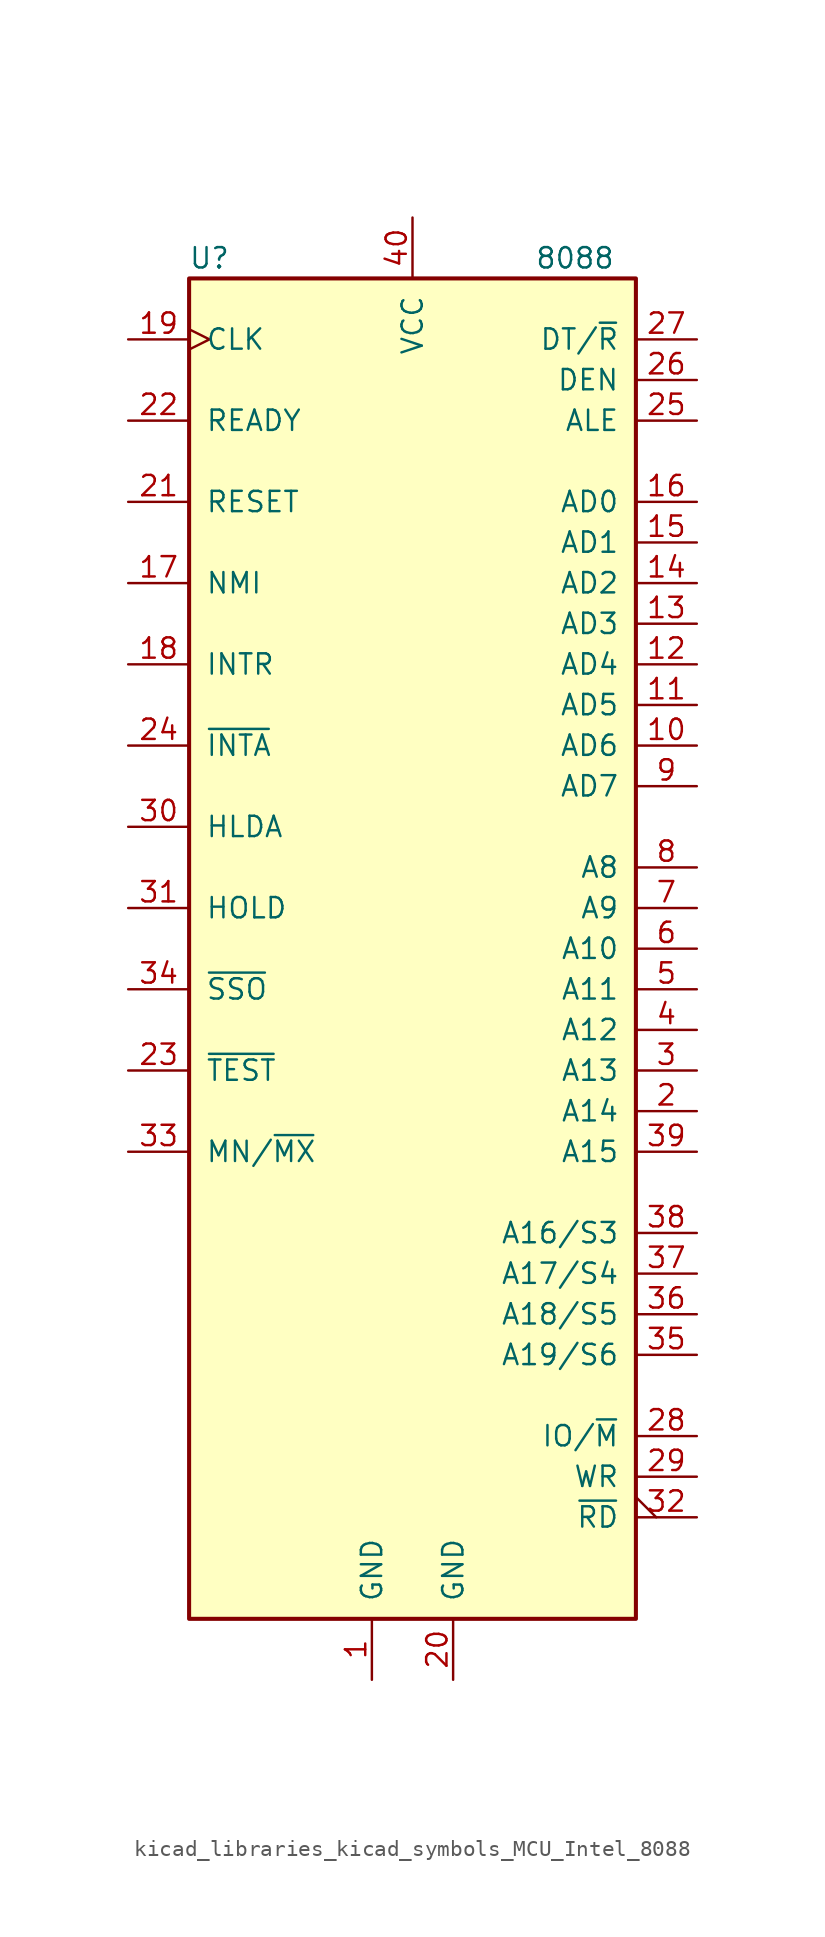
<source format=kicad_sym>
(kicad_symbol_lib
  (version 20220914)
  (generator kicad_symbol_editor)
  (symbol "kicad_libraries_kicad_symbols_MCU_Intel_8088"
    (pin_names
      (offset 1.016))
    (property "Reference" "U"
      (at -12.7 43.18 0)
      (effects (font (size 1.27 1.27))))
    (property "Value" "8088"
      (at 10.16 43.18 0)
      (effects (font (size 1.27 1.27))))
    (symbol "kicad_libraries_kicad_symbols_MCU_Intel_8088_0_1"
      (rectangle (start 13.97 -41.91) (end -13.97 41.91) (stroke (width 0.254) (type default)) (fill (type background))))
    (symbol "kicad_libraries_kicad_symbols_MCU_Intel_8088_1_1"
      (pin power_in line (at -2.54 -45.72 90) (length 3.81) (name "GND" (effects (font (size 1.27 1.27)))) (number "1" (effects (font (size 1.27 1.27)))))
      (pin bidirectional line (at 17.78 12.7 180) (length 3.81) (name "AD6" (effects (font (size 1.27 1.27)))) (number "10" (effects (font (size 1.27 1.27)))))
      (pin bidirectional line (at 17.78 15.24 180) (length 3.81) (name "AD5" (effects (font (size 1.27 1.27)))) (number "11" (effects (font (size 1.27 1.27)))))
      (pin bidirectional line (at 17.78 17.78 180) (length 3.81) (name "AD4" (effects (font (size 1.27 1.27)))) (number "12" (effects (font (size 1.27 1.27)))))
      (pin bidirectional line (at 17.78 20.32 180) (length 3.81) (name "AD3" (effects (font (size 1.27 1.27)))) (number "13" (effects (font (size 1.27 1.27)))))
      (pin bidirectional line (at 17.78 22.86 180) (length 3.81) (name "AD2" (effects (font (size 1.27 1.27)))) (number "14" (effects (font (size 1.27 1.27)))))
      (pin bidirectional line (at 17.78 25.4 180) (length 3.81) (name "AD1" (effects (font (size 1.27 1.27)))) (number "15" (effects (font (size 1.27 1.27)))))
      (pin bidirectional line (at 17.78 27.94 180) (length 3.81) (name "AD0" (effects (font (size 1.27 1.27)))) (number "16" (effects (font (size 1.27 1.27)))))
      (pin input line (at -17.78 22.86 0) (length 3.81) (name "NMI" (effects (font (size 1.27 1.27)))) (number "17" (effects (font (size 1.27 1.27)))))
      (pin input line (at -17.78 17.78 0) (length 3.81) (name "INTR" (effects (font (size 1.27 1.27)))) (number "18" (effects (font (size 1.27 1.27)))))
      (pin input clock (at -17.78 38.1 0) (length 3.81) (name "CLK" (effects (font (size 1.27 1.27)))) (number "19" (effects (font (size 1.27 1.27)))))
      (pin output line (at 17.78 -10.16 180) (length 3.81) (name "A14" (effects (font (size 1.27 1.27)))) (number "2" (effects (font (size 1.27 1.27)))))
      (pin power_in line (at 2.54 -45.72 90) (length 3.81) (name "GND" (effects (font (size 1.27 1.27)))) (number "20" (effects (font (size 1.27 1.27)))))
      (pin input line (at -17.78 27.94 0) (length 3.81) (name "RESET" (effects (font (size 1.27 1.27)))) (number "21" (effects (font (size 1.27 1.27)))))
      (pin input line (at -17.78 33.02 0) (length 3.81) (name "READY" (effects (font (size 1.27 1.27)))) (number "22" (effects (font (size 1.27 1.27)))))
      (pin input line (at -17.78 -7.62 0) (length 3.81) (name "~{TEST}" (effects (font (size 1.27 1.27)))) (number "23" (effects (font (size 1.27 1.27)))))
      (pin output line (at -17.78 12.7 0) (length 3.81) (name "~{INTA}" (effects (font (size 1.27 1.27)))) (number "24" (effects (font (size 1.27 1.27)))))
      (pin output line (at 17.78 33.02 180) (length 3.81) (name "ALE" (effects (font (size 1.27 1.27)))) (number "25" (effects (font (size 1.27 1.27)))))
      (pin output line (at 17.78 35.56 180) (length 3.81) (name "DEN" (effects (font (size 1.27 1.27)))) (number "26" (effects (font (size 1.27 1.27)))))
      (pin output line (at 17.78 38.1 180) (length 3.81) (name "DT/~{R}" (effects (font (size 1.27 1.27)))) (number "27" (effects (font (size 1.27 1.27)))))
      (pin output line (at 17.78 -30.48 180) (length 3.81) (name "IO/~{M}" (effects (font (size 1.27 1.27)))) (number "28" (effects (font (size 1.27 1.27)))))
      (pin output line (at 17.78 -33.02 180) (length 3.81) (name "WR" (effects (font (size 1.27 1.27)))) (number "29" (effects (font (size 1.27 1.27)))))
      (pin output line (at 17.78 -7.62 180) (length 3.81) (name "A13" (effects (font (size 1.27 1.27)))) (number "3" (effects (font (size 1.27 1.27)))))
      (pin output line (at -17.78 7.62 0) (length 3.81) (name "HLDA" (effects (font (size 1.27 1.27)))) (number "30" (effects (font (size 1.27 1.27)))))
      (pin input line (at -17.78 2.54 0) (length 3.81) (name "HOLD" (effects (font (size 1.27 1.27)))) (number "31" (effects (font (size 1.27 1.27)))))
      (pin output output_low (at 17.78 -35.56 180) (length 3.81) (name "~{RD}" (effects (font (size 1.27 1.27)))) (number "32" (effects (font (size 1.27 1.27)))))
      (pin input line (at -17.78 -12.7 0) (length 3.81) (name "MN/~{MX}" (effects (font (size 1.27 1.27)))) (number "33" (effects (font (size 1.27 1.27)))))
      (pin output line (at -17.78 -2.54 0) (length 3.81) (name "~{SSO}" (effects (font (size 1.27 1.27)))) (number "34" (effects (font (size 1.27 1.27)))))
      (pin output line (at 17.78 -25.4 180) (length 3.81) (name "A19/S6" (effects (font (size 1.27 1.27)))) (number "35" (effects (font (size 1.27 1.27)))))
      (pin output line (at 17.78 -22.86 180) (length 3.81) (name "A18/S5" (effects (font (size 1.27 1.27)))) (number "36" (effects (font (size 1.27 1.27)))))
      (pin output line (at 17.78 -20.32 180) (length 3.81) (name "A17/S4" (effects (font (size 1.27 1.27)))) (number "37" (effects (font (size 1.27 1.27)))))
      (pin output line (at 17.78 -17.78 180) (length 3.81) (name "A16/S3" (effects (font (size 1.27 1.27)))) (number "38" (effects (font (size 1.27 1.27)))))
      (pin output line (at 17.78 -12.7 180) (length 3.81) (name "A15" (effects (font (size 1.27 1.27)))) (number "39" (effects (font (size 1.27 1.27)))))
      (pin output line (at 17.78 -5.08 180) (length 3.81) (name "A12" (effects (font (size 1.27 1.27)))) (number "4" (effects (font (size 1.27 1.27)))))
      (pin power_in line (at 0 45.72 270) (length 3.81) (name "VCC" (effects (font (size 1.27 1.27)))) (number "40" (effects (font (size 1.27 1.27)))))
      (pin output line (at 17.78 -2.54 180) (length 3.81) (name "A11" (effects (font (size 1.27 1.27)))) (number "5" (effects (font (size 1.27 1.27)))))
      (pin output line (at 17.78 0 180) (length 3.81) (name "A10" (effects (font (size 1.27 1.27)))) (number "6" (effects (font (size 1.27 1.27)))))
      (pin output line (at 17.78 2.54 180) (length 3.81) (name "A9" (effects (font (size 1.27 1.27)))) (number "7" (effects (font (size 1.27 1.27)))))
      (pin output line (at 17.78 5.08 180) (length 3.81) (name "A8" (effects (font (size 1.27 1.27)))) (number "8" (effects (font (size 1.27 1.27)))))
      (pin bidirectional line (at 17.78 10.16 180) (length 3.81) (name "AD7" (effects (font (size 1.27 1.27)))) (number "9" (effects (font (size 1.27 1.27))))))))
</source>
